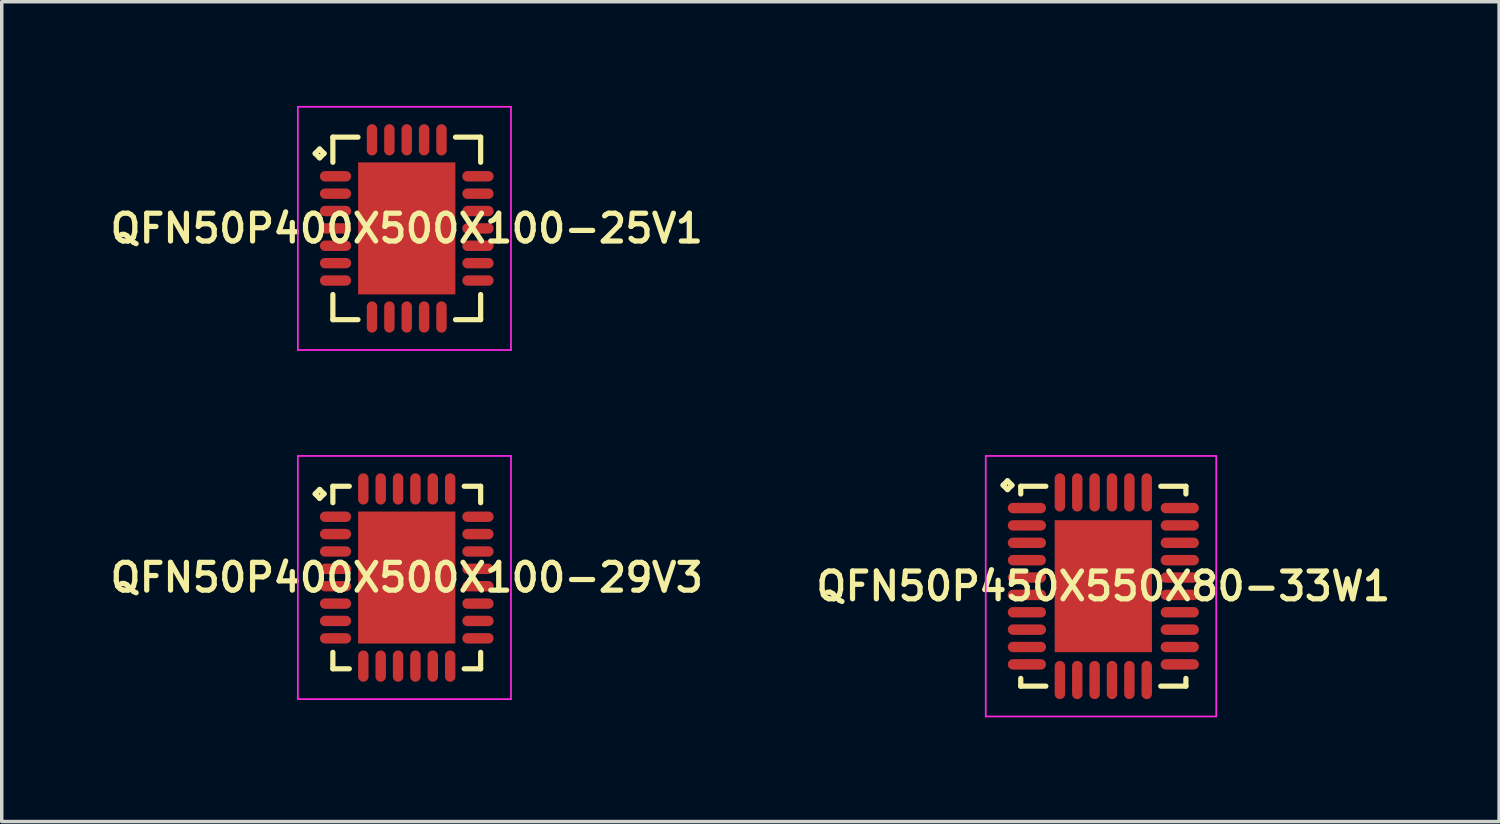
<source format=kicad_pcb>
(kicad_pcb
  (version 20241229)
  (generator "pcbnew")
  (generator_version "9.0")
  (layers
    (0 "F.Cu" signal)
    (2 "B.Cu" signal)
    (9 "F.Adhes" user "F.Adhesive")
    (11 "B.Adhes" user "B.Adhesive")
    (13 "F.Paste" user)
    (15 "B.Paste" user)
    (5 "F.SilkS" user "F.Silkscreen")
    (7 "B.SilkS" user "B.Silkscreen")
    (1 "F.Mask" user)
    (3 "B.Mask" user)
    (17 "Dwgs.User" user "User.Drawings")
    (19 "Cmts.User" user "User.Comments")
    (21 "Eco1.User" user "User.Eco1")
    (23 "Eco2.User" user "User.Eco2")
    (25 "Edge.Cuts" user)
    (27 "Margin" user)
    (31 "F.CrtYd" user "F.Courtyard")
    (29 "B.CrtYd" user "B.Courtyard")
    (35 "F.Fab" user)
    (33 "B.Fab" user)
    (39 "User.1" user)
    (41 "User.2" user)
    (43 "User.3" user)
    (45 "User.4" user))
  (footprint "QFN50P450X550X80-33W1"
    (layer "F.Cu")
    (at 28.711 13.825)
    (property "Reference" "QFN50P450X550X80-33W1" (at 0 0 0) (layer "F.SilkS") (effects (font (size 0.8 0.8) (thickness 0.15))))
    (attr smd)
    (fp_line (start -2.885 -2.908) (end -2.758 -3.035) (stroke (width 0.15) (type solid)) (layer "F.SilkS"))
    (fp_line (start -2.758 -3.035) (end -2.631 -2.908) (stroke (width 0.15) (type solid)) (layer "F.SilkS"))
    (fp_line (start -2.758 -2.781) (end -2.885 -2.908) (stroke (width 0.15) (type solid)) (layer "F.SilkS"))
    (fp_line (start -2.631 -2.908) (end -2.758 -2.781) (stroke (width 0.15) (type solid)) (layer "F.SilkS"))
    (fp_line (start -2.377 -2.877) (end -1.654 -2.877) (stroke (width 0.15) (type solid)) (layer "F.SilkS"))
    (fp_line (start -2.377 -2.654) (end -2.377 -2.877) (stroke (width 0.15) (type solid)) (layer "F.SilkS"))
    (fp_line (start -2.377 2.654) (end -2.377 2.877) (stroke (width 0.15) (type solid)) (layer "F.SilkS"))
    (fp_line (start -2.377 2.877) (end -1.654 2.877) (stroke (width 0.15) (type solid)) (layer "F.SilkS"))
    (fp_line (start 1.654 -2.877) (end 2.377 -2.877) (stroke (width 0.15) (type solid)) (layer "F.SilkS"))
    (fp_line (start 1.654 2.877) (end 2.377 2.877) (stroke (width 0.15) (type solid)) (layer "F.SilkS"))
    (fp_line (start 2.377 -2.877) (end 2.377 -2.654) (stroke (width 0.15) (type solid)) (layer "F.SilkS"))
    (fp_line (start 2.377 2.877) (end 2.377 2.654) (stroke (width 0.15) (type solid)) (layer "F.SilkS"))
    (fp_line (start -3.385 -3.75) (end 3.25 -3.75) (stroke (width 0.05) (type solid)) (layer "F.CrtYd"))
    (fp_line (start -3.385 3.75) (end -3.385 -3.75) (stroke (width 0.05) (type solid)) (layer "F.CrtYd"))
    (fp_line (start 3.25 -3.75) (end 3.25 3.75) (stroke (width 0.05) (type solid)) (layer "F.CrtYd"))
    (fp_line (start 3.25 3.75) (end -3.385 3.75) (stroke (width 0.05) (type solid)) (layer "F.CrtYd"))
    (pad "1" smd oval (at -2.2 -2.25) (size 1.1 0.3) (layers "F.Cu" "F.Mask" "F.Paste"))
    (pad "2" smd oval (at -2.2 -1.75) (size 1.1 0.3) (layers "F.Cu" "F.Mask" "F.Paste"))
    (pad "3" smd oval (at -2.2 -1.25) (size 1.1 0.3) (layers "F.Cu" "F.Mask" "F.Paste"))
    (pad "4" smd oval (at -2.2 -0.75) (size 1.1 0.3) (layers "F.Cu" "F.Mask" "F.Paste"))
    (pad "5" smd oval (at -2.2 -0.25) (size 1.1 0.3) (layers "F.Cu" "F.Mask" "F.Paste"))
    (pad "6" smd oval (at -2.2 0.25) (size 1.1 0.3) (layers "F.Cu" "F.Mask" "F.Paste"))
    (pad "7" smd oval (at -2.2 0.75) (size 1.1 0.3) (layers "F.Cu" "F.Mask" "F.Paste"))
    (pad "8" smd oval (at -2.2 1.25) (size 1.1 0.3) (layers "F.Cu" "F.Mask" "F.Paste"))
    (pad "9" smd oval (at -2.2 1.75) (size 1.1 0.3) (layers "F.Cu" "F.Mask" "F.Paste"))
    (pad "10" smd oval (at -2.2 2.25) (size 1.1 0.3) (layers "F.Cu" "F.Mask" "F.Paste"))
    (pad "11" smd oval (at -1.25 2.7) (size 0.3 1.1) (layers "F.Cu" "F.Mask" "F.Paste"))
    (pad "12" smd oval (at -0.75 2.7) (size 0.3 1.1) (layers "F.Cu" "F.Mask" "F.Paste"))
    (pad "13" smd oval (at -0.25 2.7) (size 0.3 1.1) (layers "F.Cu" "F.Mask" "F.Paste"))
    (pad "14" smd oval (at 0.25 2.7) (size 0.3 1.1) (layers "F.Cu" "F.Mask" "F.Paste"))
    (pad "15" smd oval (at 0.75 2.7) (size 0.3 1.1) (layers "F.Cu" "F.Mask" "F.Paste"))
    (pad "16" smd oval (at 1.25 2.7) (size 0.3 1.1) (layers "F.Cu" "F.Mask" "F.Paste"))
    (pad "17" smd oval (at 2.2 2.25) (size 1.1 0.3) (layers "F.Cu" "F.Mask" "F.Paste"))
    (pad "18" smd oval (at 2.2 1.75) (size 1.1 0.3) (layers "F.Cu" "F.Mask" "F.Paste"))
    (pad "19" smd oval (at 2.2 1.25) (size 1.1 0.3) (layers "F.Cu" "F.Mask" "F.Paste"))
    (pad "20" smd oval (at 2.2 0.75) (size 1.1 0.3) (layers "F.Cu" "F.Mask" "F.Paste"))
    (pad "21" smd oval (at 2.2 0.25) (size 1.1 0.3) (layers "F.Cu" "F.Mask" "F.Paste"))
    (pad "22" smd oval (at 2.2 -0.25) (size 1.1 0.3) (layers "F.Cu" "F.Mask" "F.Paste"))
    (pad "23" smd oval (at 2.2 -0.75) (size 1.1 0.3) (layers "F.Cu" "F.Mask" "F.Paste"))
    (pad "24" smd oval (at 2.2 -1.25) (size 1.1 0.3) (layers "F.Cu" "F.Mask" "F.Paste"))
    (pad "25" smd oval (at 2.2 -1.75) (size 1.1 0.3) (layers "F.Cu" "F.Mask" "F.Paste"))
    (pad "26" smd oval (at 2.2 -2.25) (size 1.1 0.3) (layers "F.Cu" "F.Mask" "F.Paste"))
    (pad "27" smd oval (at 1.25 -2.7) (size 0.3 1.1) (layers "F.Cu" "F.Mask" "F.Paste"))
    (pad "28" smd oval (at 0.75 -2.7) (size 0.3 1.1) (layers "F.Cu" "F.Mask" "F.Paste"))
    (pad "29" smd oval (at 0.25 -2.7) (size 0.3 1.1) (layers "F.Cu" "F.Mask" "F.Paste"))
    (pad "30" smd oval (at -0.25 -2.7) (size 0.3 1.1) (layers "F.Cu" "F.Mask" "F.Paste"))
    (pad "31" smd oval (at -0.75 -2.7) (size 0.3 1.1) (layers "F.Cu" "F.Mask" "F.Paste"))
    (pad "32" smd oval (at -1.25 -2.7) (size 0.3 1.1) (layers "F.Cu" "F.Mask" "F.Paste"))
    (pad "33" smd rect (at 0 0) (size 2.8 3.8) (layers "F.Cu" "F.Mask" "F.Paste")))
  (footprint "QFN50P400X500X100-25V1"
    (layer "F.Cu")
    (at 8.659 3.525)
    (property "Reference" "QFN50P400X500X100-25V1" (at 0 0 0) (layer "F.SilkS") (effects (font (size 0.8 0.8) (thickness 0.15))))
    (attr smd)
    (fp_line (start -2.635 -2.158) (end -2.508 -2.285) (stroke (width 0.15) (type solid)) (layer "F.SilkS"))
    (fp_line (start -2.508 -2.285) (end -2.381 -2.158) (stroke (width 0.15) (type solid)) (layer "F.SilkS"))
    (fp_line (start -2.508 -2.031) (end -2.635 -2.158) (stroke (width 0.15) (type solid)) (layer "F.SilkS"))
    (fp_line (start -2.381 -2.158) (end -2.508 -2.031) (stroke (width 0.15) (type solid)) (layer "F.SilkS"))
    (fp_line (start -2.127 -2.627) (end -1.404 -2.627) (stroke (width 0.15) (type solid)) (layer "F.SilkS"))
    (fp_line (start -2.127 -1.904) (end -2.127 -2.627) (stroke (width 0.15) (type solid)) (layer "F.SilkS"))
    (fp_line (start -2.127 1.904) (end -2.127 2.627) (stroke (width 0.15) (type solid)) (layer "F.SilkS"))
    (fp_line (start -2.127 2.627) (end -1.404 2.627) (stroke (width 0.15) (type solid)) (layer "F.SilkS"))
    (fp_line (start 1.404 -2.627) (end 2.127 -2.627) (stroke (width 0.15) (type solid)) (layer "F.SilkS"))
    (fp_line (start 1.404 2.627) (end 2.127 2.627) (stroke (width 0.15) (type solid)) (layer "F.SilkS"))
    (fp_line (start 2.127 -2.627) (end 2.127 -1.904) (stroke (width 0.15) (type solid)) (layer "F.SilkS"))
    (fp_line (start 2.127 2.627) (end 2.127 1.904) (stroke (width 0.15) (type solid)) (layer "F.SilkS"))
    (fp_line (start -3.135 -3.5) (end 3 -3.5) (stroke (width 0.05) (type solid)) (layer "F.CrtYd"))
    (fp_line (start -3.135 3.5) (end -3.135 -3.5) (stroke (width 0.05) (type solid)) (layer "F.CrtYd"))
    (fp_line (start 3 -3.5) (end 3 3.5) (stroke (width 0.05) (type solid)) (layer "F.CrtYd"))
    (fp_line (start 3 3.5) (end -3.135 3.5) (stroke (width 0.05) (type solid)) (layer "F.CrtYd"))
    (pad "1" smd oval (at -2.05 -1.5) (size 0.9 0.3) (layers "F.Cu" "F.Mask" "F.Paste"))
    (pad "2" smd oval (at -2.05 -1) (size 0.9 0.3) (layers "F.Cu" "F.Mask" "F.Paste"))
    (pad "3" smd oval (at -2.05 -0.5) (size 0.9 0.3) (layers "F.Cu" "F.Mask" "F.Paste"))
    (pad "4" smd oval (at -2.05 0) (size 0.9 0.3) (layers "F.Cu" "F.Mask" "F.Paste"))
    (pad "5" smd oval (at -2.05 0.5) (size 0.9 0.3) (layers "F.Cu" "F.Mask" "F.Paste"))
    (pad "6" smd oval (at -2.05 1) (size 0.9 0.3) (layers "F.Cu" "F.Mask" "F.Paste"))
    (pad "7" smd oval (at -2.05 1.5) (size 0.9 0.3) (layers "F.Cu" "F.Mask" "F.Paste"))
    (pad "8" smd oval (at -1 2.55) (size 0.3 0.9) (layers "F.Cu" "F.Mask" "F.Paste"))
    (pad "9" smd oval (at -0.5 2.55) (size 0.3 0.9) (layers "F.Cu" "F.Mask" "F.Paste"))
    (pad "10" smd oval (at 0 2.55) (size 0.3 0.9) (layers "F.Cu" "F.Mask" "F.Paste"))
    (pad "11" smd oval (at 0.5 2.55) (size 0.3 0.9) (layers "F.Cu" "F.Mask" "F.Paste"))
    (pad "12" smd oval (at 1 2.55) (size 0.3 0.9) (layers "F.Cu" "F.Mask" "F.Paste"))
    (pad "13" smd oval (at 2.05 1.5) (size 0.9 0.3) (layers "F.Cu" "F.Mask" "F.Paste"))
    (pad "14" smd oval (at 2.05 1) (size 0.9 0.3) (layers "F.Cu" "F.Mask" "F.Paste"))
    (pad "15" smd oval (at 2.05 0.5) (size 0.9 0.3) (layers "F.Cu" "F.Mask" "F.Paste"))
    (pad "16" smd oval (at 2.05 0) (size 0.9 0.3) (layers "F.Cu" "F.Mask" "F.Paste"))
    (pad "17" smd oval (at 2.05 -0.5) (size 0.9 0.3) (layers "F.Cu" "F.Mask" "F.Paste"))
    (pad "18" smd oval (at 2.05 -1) (size 0.9 0.3) (layers "F.Cu" "F.Mask" "F.Paste"))
    (pad "19" smd oval (at 2.05 -1.5) (size 0.9 0.3) (layers "F.Cu" "F.Mask" "F.Paste"))
    (pad "20" smd oval (at 1 -2.55) (size 0.3 0.9) (layers "F.Cu" "F.Mask" "F.Paste"))
    (pad "21" smd oval (at 0.5 -2.55) (size 0.3 0.9) (layers "F.Cu" "F.Mask" "F.Paste"))
    (pad "22" smd oval (at 0 -2.55) (size 0.3 0.9) (layers "F.Cu" "F.Mask" "F.Paste"))
    (pad "23" smd oval (at -0.5 -2.55) (size 0.3 0.9) (layers "F.Cu" "F.Mask" "F.Paste"))
    (pad "24" smd oval (at -1 -2.55) (size 0.3 0.9) (layers "F.Cu" "F.Mask" "F.Paste"))
    (pad "25" smd rect (at 0 0) (size 2.8 3.8) (layers "F.Cu" "F.Mask" "F.Paste")))
  (footprint "QFN50P400X500X100-29V3"
    (layer "F.Cu")
    (at 8.659 13.575)
    (property "Reference" "QFN50P400X500X100-29V3" (at 0 0 0) (layer "F.SilkS") (effects (font (size 0.8 0.8) (thickness 0.15))))
    (attr smd)
    (fp_line (start -2.635 -2.408) (end -2.508 -2.535) (stroke (width 0.15) (type solid)) (layer "F.SilkS"))
    (fp_line (start -2.508 -2.535) (end -2.381 -2.408) (stroke (width 0.15) (type solid)) (layer "F.SilkS"))
    (fp_line (start -2.508 -2.281) (end -2.635 -2.408) (stroke (width 0.15) (type solid)) (layer "F.SilkS"))
    (fp_line (start -2.381 -2.408) (end -2.508 -2.281) (stroke (width 0.15) (type solid)) (layer "F.SilkS"))
    (fp_line (start -2.127 -2.627) (end -1.654 -2.627) (stroke (width 0.15) (type solid)) (layer "F.SilkS"))
    (fp_line (start -2.127 -2.154) (end -2.127 -2.627) (stroke (width 0.15) (type solid)) (layer "F.SilkS"))
    (fp_line (start -2.127 2.154) (end -2.127 2.627) (stroke (width 0.15) (type solid)) (layer "F.SilkS"))
    (fp_line (start -2.127 2.627) (end -1.654 2.627) (stroke (width 0.15) (type solid)) (layer "F.SilkS"))
    (fp_line (start 1.654 -2.627) (end 2.127 -2.627) (stroke (width 0.15) (type solid)) (layer "F.SilkS"))
    (fp_line (start 1.654 2.627) (end 2.127 2.627) (stroke (width 0.15) (type solid)) (layer "F.SilkS"))
    (fp_line (start 2.127 -2.627) (end 2.127 -2.154) (stroke (width 0.15) (type solid)) (layer "F.SilkS"))
    (fp_line (start 2.127 2.627) (end 2.127 2.154) (stroke (width 0.15) (type solid)) (layer "F.SilkS"))
    (fp_line (start -3.135 -3.5) (end 3 -3.5) (stroke (width 0.05) (type solid)) (layer "F.CrtYd"))
    (fp_line (start -3.135 3.5) (end -3.135 -3.5) (stroke (width 0.05) (type solid)) (layer "F.CrtYd"))
    (fp_line (start 3 -3.5) (end 3 3.5) (stroke (width 0.05) (type solid)) (layer "F.CrtYd"))
    (fp_line (start 3 3.5) (end -3.135 3.5) (stroke (width 0.05) (type solid)) (layer "F.CrtYd"))
    (pad "1" smd oval (at -2.05 -1.75) (size 0.9 0.3) (layers "F.Cu" "F.Mask" "F.Paste"))
    (pad "2" smd oval (at -2.05 -1.25) (size 0.9 0.3) (layers "F.Cu" "F.Mask" "F.Paste"))
    (pad "3" smd oval (at -2.05 -0.75) (size 0.9 0.3) (layers "F.Cu" "F.Mask" "F.Paste"))
    (pad "4" smd oval (at -2.05 -0.25) (size 0.9 0.3) (layers "F.Cu" "F.Mask" "F.Paste"))
    (pad "5" smd oval (at -2.05 0.25) (size 0.9 0.3) (layers "F.Cu" "F.Mask" "F.Paste"))
    (pad "6" smd oval (at -2.05 0.75) (size 0.9 0.3) (layers "F.Cu" "F.Mask" "F.Paste"))
    (pad "7" smd oval (at -2.05 1.25) (size 0.9 0.3) (layers "F.Cu" "F.Mask" "F.Paste"))
    (pad "8" smd oval (at -2.05 1.75) (size 0.9 0.3) (layers "F.Cu" "F.Mask" "F.Paste"))
    (pad "9" smd oval (at -1.25 2.55) (size 0.3 0.9) (layers "F.Cu" "F.Mask" "F.Paste"))
    (pad "10" smd oval (at -0.75 2.55) (size 0.3 0.9) (layers "F.Cu" "F.Mask" "F.Paste"))
    (pad "11" smd oval (at -0.25 2.55) (size 0.3 0.9) (layers "F.Cu" "F.Mask" "F.Paste"))
    (pad "12" smd oval (at 0.25 2.55) (size 0.3 0.9) (layers "F.Cu" "F.Mask" "F.Paste"))
    (pad "13" smd oval (at 0.75 2.55) (size 0.3 0.9) (layers "F.Cu" "F.Mask" "F.Paste"))
    (pad "14" smd oval (at 1.25 2.55) (size 0.3 0.9) (layers "F.Cu" "F.Mask" "F.Paste"))
    (pad "15" smd oval (at 2.05 1.75) (size 0.9 0.3) (layers "F.Cu" "F.Mask" "F.Paste"))
    (pad "16" smd oval (at 2.05 1.25) (size 0.9 0.3) (layers "F.Cu" "F.Mask" "F.Paste"))
    (pad "17" smd oval (at 2.05 0.75) (size 0.9 0.3) (layers "F.Cu" "F.Mask" "F.Paste"))
    (pad "18" smd oval (at 2.05 0.25) (size 0.9 0.3) (layers "F.Cu" "F.Mask" "F.Paste"))
    (pad "19" smd oval (at 2.05 -0.25) (size 0.9 0.3) (layers "F.Cu" "F.Mask" "F.Paste"))
    (pad "20" smd oval (at 2.05 -0.75) (size 0.9 0.3) (layers "F.Cu" "F.Mask" "F.Paste"))
    (pad "21" smd oval (at 2.05 -1.25) (size 0.9 0.3) (layers "F.Cu" "F.Mask" "F.Paste"))
    (pad "22" smd oval (at 2.05 -1.75) (size 0.9 0.3) (layers "F.Cu" "F.Mask" "F.Paste"))
    (pad "23" smd oval (at 1.25 -2.55) (size 0.3 0.9) (layers "F.Cu" "F.Mask" "F.Paste"))
    (pad "24" smd oval (at 0.75 -2.55) (size 0.3 0.9) (layers "F.Cu" "F.Mask" "F.Paste"))
    (pad "25" smd oval (at 0.25 -2.55) (size 0.3 0.9) (layers "F.Cu" "F.Mask" "F.Paste"))
    (pad "26" smd oval (at -0.25 -2.55) (size 0.3 0.9) (layers "F.Cu" "F.Mask" "F.Paste"))
    (pad "27" smd oval (at -0.75 -2.55) (size 0.3 0.9) (layers "F.Cu" "F.Mask" "F.Paste"))
    (pad "28" smd oval (at -1.25 -2.55) (size 0.3 0.9) (layers "F.Cu" "F.Mask" "F.Paste"))
    (pad "29" smd rect (at 0 0) (size 2.8 3.8) (layers "F.Cu" "F.Mask" "F.Paste")))
  (gr_rect
    (start -3 -3)
    (end 40.104 20.6)
    (stroke (width 0.1) (type default))
    (fill no)
    (layer "Edge.Cuts")))
</source>
